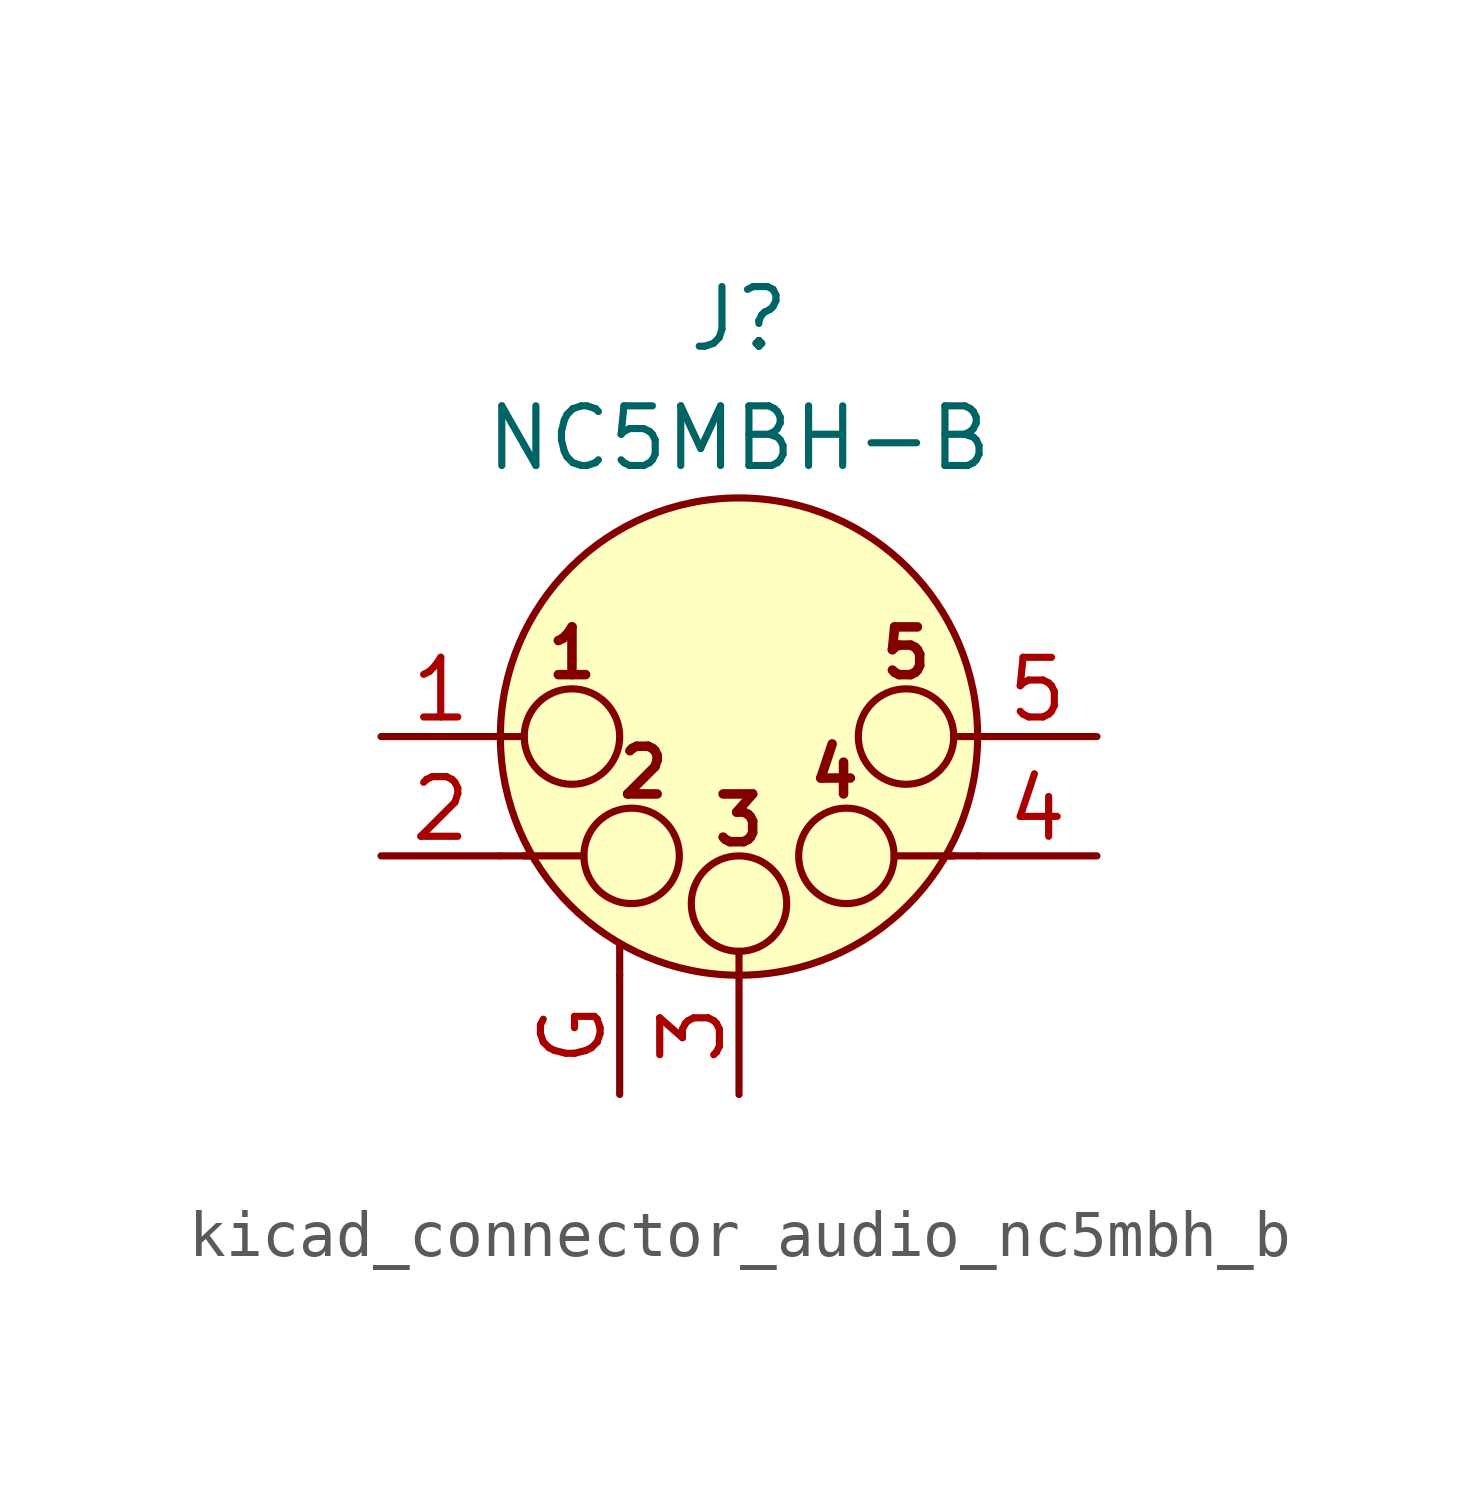
<source format=kicad_sym>
(kicad_symbol_lib
  (version 20220914)
  (generator kicad_symbol_editor)
  (symbol "kicad_connector_audio_nc5mbh_b"
    (pin_names hide)
    (property "Reference" "J"
      (at 0 8.89 0)
      (effects (font (size 1.27 1.27))))
    (property "Value" "NC5MBH-B"
      (at 0 6.35 0)
      (effects (font (size 1.27 1.27))))
    (symbol "kicad_connector_audio_nc5mbh_b_0_1"
      (circle (center -3.556 0) (radius 1.016) (stroke (width 0) (type default)) (fill (type none)))
      (circle (center -2.286 -2.54) (radius 1.016) (stroke (width 0) (type default)) (fill (type none)))
      (circle (center 0 -3.556) (radius 1.016) (stroke (width 0) (type default)) (fill (type none)))
      (polyline (pts (xy -5.08 -2.54) (xy -4.445 -2.54)) (stroke (width 0) (type default)) (fill (type none)))
      (polyline (pts (xy -5.08 0) (xy -4.572 0)) (stroke (width 0) (type default)) (fill (type none)))
      (polyline (pts (xy -4.572 -2.54) (xy -3.302 -2.54)) (stroke (width 0) (type default)) (fill (type none)))
      (polyline (pts (xy -2.54 -5.08) (xy -2.54 -4.445)) (stroke (width 0) (type default)) (fill (type none)))
      (polyline (pts (xy 0 -5.08) (xy 0 -4.572)) (stroke (width 0) (type default)) (fill (type none)))
      (polyline (pts (xy 4.572 -2.54) (xy 3.302 -2.54)) (stroke (width 0) (type default)) (fill (type none)))
      (polyline (pts (xy 5.08 -2.54) (xy 4.445 -2.54)) (stroke (width 0) (type default)) (fill (type none)))
      (polyline (pts (xy 5.08 0) (xy 4.572 0)) (stroke (width 0) (type default)) (fill (type none)))
      (circle (center 0 0) (radius 5.08) (stroke (width 0) (type default)) (fill (type background)))
      (circle (center 2.286 -2.54) (radius 1.016) (stroke (width 0) (type default)) (fill (type none)))
      (circle (center 3.556 0) (radius 1.016) (stroke (width 0) (type default)) (fill (type none)))
      (text "1" (at -3.556 1.778 0) (effects (font (size 1.016 1.016) bold)))
      (text "2" (at -2.032 -0.762 0) (effects (font (size 1.016 1.016) bold)))
      (text "3" (at 0 -1.778 0) (effects (font (size 1.016 1.016) bold)))
      (text "4" (at 2.032 -0.762 0) (effects (font (size 1.016 1.016) bold)))
      (text "5" (at 3.556 1.778 0) (effects (font (size 1.016 1.016) bold))))
    (symbol "kicad_connector_audio_nc5mbh_b_1_1"
      (pin passive line (at -7.62 0 0) (length 2.54) (name "P1" (effects (font (size 1.27 1.27)))) (number "1" (effects (font (size 1.27 1.27)))))
      (pin passive line (at -7.62 -2.54 0) (length 2.54) (name "P2" (effects (font (size 1.27 1.27)))) (number "2" (effects (font (size 1.27 1.27)))))
      (pin passive line (at 0 -7.62 90) (length 2.54) (name "P3" (effects (font (size 1.27 1.27)))) (number "3" (effects (font (size 1.27 1.27)))))
      (pin passive line (at 7.62 -2.54 180) (length 2.54) (name "P3" (effects (font (size 1.27 1.27)))) (number "4" (effects (font (size 1.27 1.27)))))
      (pin passive line (at 7.62 0 180) (length 2.54) (name "P5" (effects (font (size 1.27 1.27)))) (number "5" (effects (font (size 1.27 1.27)))))
      (pin passive line (at -2.54 -7.62 90) (length 2.54) (name "~" (effects (font (size 1.27 1.27)))) (number "G" (effects (font (size 1.27 1.27))))))))
</source>
